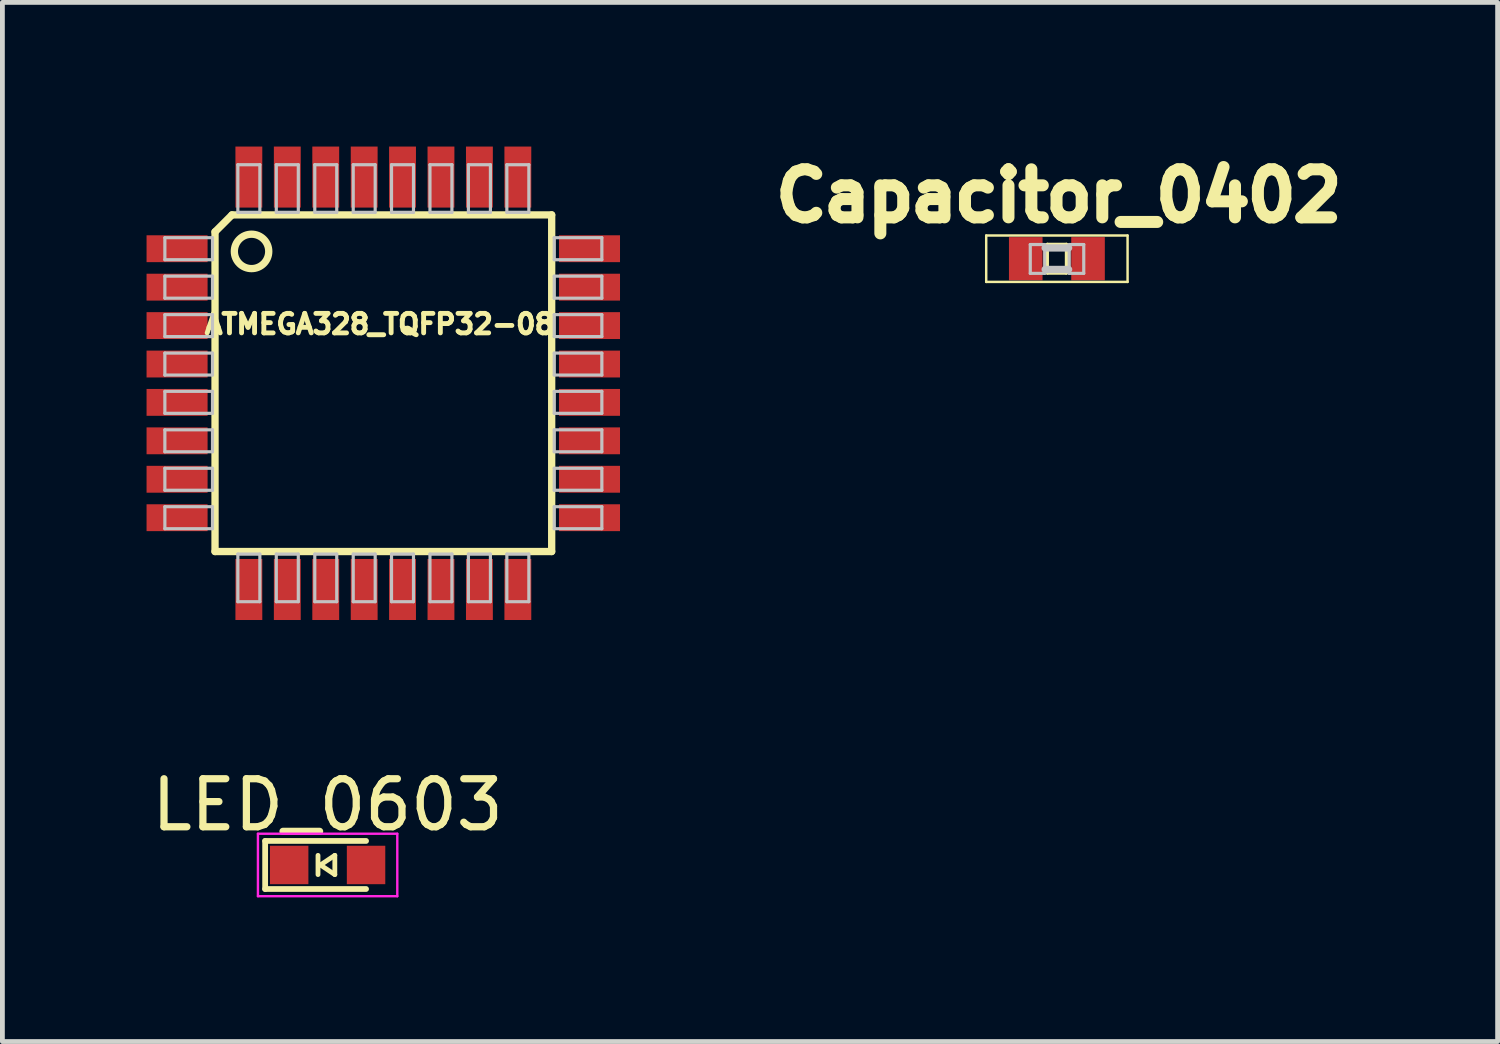
<source format=kicad_pcb>
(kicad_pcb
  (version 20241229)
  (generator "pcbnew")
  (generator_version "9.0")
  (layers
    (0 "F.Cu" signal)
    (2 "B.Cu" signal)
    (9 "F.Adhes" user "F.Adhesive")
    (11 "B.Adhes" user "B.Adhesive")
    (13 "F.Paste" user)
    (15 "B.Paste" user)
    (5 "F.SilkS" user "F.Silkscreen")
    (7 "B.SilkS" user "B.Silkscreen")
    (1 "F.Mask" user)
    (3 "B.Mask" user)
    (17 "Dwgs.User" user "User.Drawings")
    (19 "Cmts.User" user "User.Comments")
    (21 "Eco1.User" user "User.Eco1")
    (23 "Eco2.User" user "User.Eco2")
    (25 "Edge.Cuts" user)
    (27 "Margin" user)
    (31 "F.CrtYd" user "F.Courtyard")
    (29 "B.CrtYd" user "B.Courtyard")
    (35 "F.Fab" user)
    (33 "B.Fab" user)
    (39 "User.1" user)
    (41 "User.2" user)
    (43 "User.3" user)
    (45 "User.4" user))
  (footprint "ATMEGA328_TQFP32-08"
    (layer "F.Cu")
    (at 4.928 4.925)
    (property "Reference" "ATMEGA328_TQFP32-08" (at -0.08 -1.23 0) (layer "F.SilkS") (effects (font (size 0.406 0.406) (thickness 0.102))))
    (attr smd)
    (fp_line (start -3.503 3.503) (end -3.503 -3.15) (stroke (width 0.152) (type solid)) (layer "F.SilkS"))
    (fp_line (start -3.15 -3.503) (end -3.503 -3.15) (stroke (width 0.152) (type solid)) (layer "F.SilkS"))
    (fp_line (start -3.15 -3.503) (end 3.503 -3.503) (stroke (width 0.152) (type solid)) (layer "F.SilkS"))
    (fp_line (start 3.503 -3.503) (end 3.503 3.503) (stroke (width 0.152) (type solid)) (layer "F.SilkS"))
    (fp_line (start 3.503 3.503) (end -3.503 3.503) (stroke (width 0.152) (type solid)) (layer "F.SilkS"))
    (fp_circle (center -2.743 -2.743) (end -2.743 -3.101) (stroke (width 0.152) (type solid)) (fill no) (layer "F.SilkS"))
    (fp_line (start -4.547 -3.028) (end -3.556 -3.028) (stroke (width 0.066) (type solid)) (layer "Dwgs.User"))
    (fp_line (start -4.547 -2.57) (end -4.547 -3.028) (stroke (width 0.066) (type solid)) (layer "Dwgs.User"))
    (fp_line (start -4.547 -2.57) (end -3.556 -2.57) (stroke (width 0.066) (type solid)) (layer "Dwgs.User"))
    (fp_line (start -4.547 -2.228) (end -3.556 -2.228) (stroke (width 0.066) (type solid)) (layer "Dwgs.User"))
    (fp_line (start -4.547 -1.77) (end -4.547 -2.228) (stroke (width 0.066) (type solid)) (layer "Dwgs.User"))
    (fp_line (start -4.547 -1.77) (end -3.556 -1.77) (stroke (width 0.066) (type solid)) (layer "Dwgs.User"))
    (fp_line (start -4.547 -1.427) (end -3.556 -1.427) (stroke (width 0.066) (type solid)) (layer "Dwgs.User"))
    (fp_line (start -4.547 -0.97) (end -4.547 -1.427) (stroke (width 0.066) (type solid)) (layer "Dwgs.User"))
    (fp_line (start -4.547 -0.97) (end -3.556 -0.97) (stroke (width 0.066) (type solid)) (layer "Dwgs.User"))
    (fp_line (start -4.547 -0.627) (end -3.556 -0.627) (stroke (width 0.066) (type solid)) (layer "Dwgs.User"))
    (fp_line (start -4.547 -0.17) (end -4.547 -0.627) (stroke (width 0.066) (type solid)) (layer "Dwgs.User"))
    (fp_line (start -4.547 -0.17) (end -3.556 -0.17) (stroke (width 0.066) (type solid)) (layer "Dwgs.User"))
    (fp_line (start -4.547 0.17) (end -3.556 0.17) (stroke (width 0.066) (type solid)) (layer "Dwgs.User"))
    (fp_line (start -4.547 0.627) (end -4.547 0.17) (stroke (width 0.066) (type solid)) (layer "Dwgs.User"))
    (fp_line (start -4.547 0.627) (end -3.556 0.627) (stroke (width 0.066) (type solid)) (layer "Dwgs.User"))
    (fp_line (start -4.547 0.97) (end -3.556 0.97) (stroke (width 0.066) (type solid)) (layer "Dwgs.User"))
    (fp_line (start -4.547 1.427) (end -4.547 0.97) (stroke (width 0.066) (type solid)) (layer "Dwgs.User"))
    (fp_line (start -4.547 1.427) (end -3.556 1.427) (stroke (width 0.066) (type solid)) (layer "Dwgs.User"))
    (fp_line (start -4.547 1.77) (end -3.556 1.77) (stroke (width 0.066) (type solid)) (layer "Dwgs.User"))
    (fp_line (start -4.547 2.228) (end -4.547 1.77) (stroke (width 0.066) (type solid)) (layer "Dwgs.User"))
    (fp_line (start -4.547 2.228) (end -3.556 2.228) (stroke (width 0.066) (type solid)) (layer "Dwgs.User"))
    (fp_line (start -4.547 2.57) (end -3.556 2.57) (stroke (width 0.066) (type solid)) (layer "Dwgs.User"))
    (fp_line (start -4.547 3.028) (end -4.547 2.57) (stroke (width 0.066) (type solid)) (layer "Dwgs.User"))
    (fp_line (start -4.547 3.028) (end -3.556 3.028) (stroke (width 0.066) (type solid)) (layer "Dwgs.User"))
    (fp_line (start -3.556 -2.57) (end -3.556 -3.028) (stroke (width 0.066) (type solid)) (layer "Dwgs.User"))
    (fp_line (start -3.556 -1.77) (end -3.556 -2.228) (stroke (width 0.066) (type solid)) (layer "Dwgs.User"))
    (fp_line (start -3.556 -0.97) (end -3.556 -1.427) (stroke (width 0.066) (type solid)) (layer "Dwgs.User"))
    (fp_line (start -3.556 -0.17) (end -3.556 -0.627) (stroke (width 0.066) (type solid)) (layer "Dwgs.User"))
    (fp_line (start -3.556 0.627) (end -3.556 0.17) (stroke (width 0.066) (type solid)) (layer "Dwgs.User"))
    (fp_line (start -3.556 1.427) (end -3.556 0.97) (stroke (width 0.066) (type solid)) (layer "Dwgs.User"))
    (fp_line (start -3.556 2.228) (end -3.556 1.77) (stroke (width 0.066) (type solid)) (layer "Dwgs.User"))
    (fp_line (start -3.556 3.028) (end -3.556 2.57) (stroke (width 0.066) (type solid)) (layer "Dwgs.User"))
    (fp_line (start -3.028 -4.547) (end -2.57 -4.547) (stroke (width 0.066) (type solid)) (layer "Dwgs.User"))
    (fp_line (start -3.028 -3.556) (end -3.028 -4.547) (stroke (width 0.066) (type solid)) (layer "Dwgs.User"))
    (fp_line (start -3.028 -3.556) (end -2.57 -3.556) (stroke (width 0.066) (type solid)) (layer "Dwgs.User"))
    (fp_line (start -3.028 3.556) (end -2.57 3.556) (stroke (width 0.066) (type solid)) (layer "Dwgs.User"))
    (fp_line (start -3.028 4.547) (end -3.028 3.556) (stroke (width 0.066) (type solid)) (layer "Dwgs.User"))
    (fp_line (start -3.028 4.547) (end -2.57 4.547) (stroke (width 0.066) (type solid)) (layer "Dwgs.User"))
    (fp_line (start -2.57 -3.556) (end -2.57 -4.547) (stroke (width 0.066) (type solid)) (layer "Dwgs.User"))
    (fp_line (start -2.57 4.547) (end -2.57 3.556) (stroke (width 0.066) (type solid)) (layer "Dwgs.User"))
    (fp_line (start -2.228 -4.547) (end -1.77 -4.547) (stroke (width 0.066) (type solid)) (layer "Dwgs.User"))
    (fp_line (start -2.228 -3.556) (end -2.228 -4.547) (stroke (width 0.066) (type solid)) (layer "Dwgs.User"))
    (fp_line (start -2.228 -3.556) (end -1.77 -3.556) (stroke (width 0.066) (type solid)) (layer "Dwgs.User"))
    (fp_line (start -2.228 3.556) (end -1.77 3.556) (stroke (width 0.066) (type solid)) (layer "Dwgs.User"))
    (fp_line (start -2.228 4.547) (end -2.228 3.556) (stroke (width 0.066) (type solid)) (layer "Dwgs.User"))
    (fp_line (start -2.228 4.547) (end -1.77 4.547) (stroke (width 0.066) (type solid)) (layer "Dwgs.User"))
    (fp_line (start -1.77 -3.556) (end -1.77 -4.547) (stroke (width 0.066) (type solid)) (layer "Dwgs.User"))
    (fp_line (start -1.77 4.547) (end -1.77 3.556) (stroke (width 0.066) (type solid)) (layer "Dwgs.User"))
    (fp_line (start -1.427 -4.547) (end -0.97 -4.547) (stroke (width 0.066) (type solid)) (layer "Dwgs.User"))
    (fp_line (start -1.427 -3.556) (end -1.427 -4.547) (stroke (width 0.066) (type solid)) (layer "Dwgs.User"))
    (fp_line (start -1.427 -3.556) (end -0.97 -3.556) (stroke (width 0.066) (type solid)) (layer "Dwgs.User"))
    (fp_line (start -1.427 3.556) (end -0.97 3.556) (stroke (width 0.066) (type solid)) (layer "Dwgs.User"))
    (fp_line (start -1.427 4.547) (end -1.427 3.556) (stroke (width 0.066) (type solid)) (layer "Dwgs.User"))
    (fp_line (start -1.427 4.547) (end -0.97 4.547) (stroke (width 0.066) (type solid)) (layer "Dwgs.User"))
    (fp_line (start -0.97 -3.556) (end -0.97 -4.547) (stroke (width 0.066) (type solid)) (layer "Dwgs.User"))
    (fp_line (start -0.97 4.547) (end -0.97 3.556) (stroke (width 0.066) (type solid)) (layer "Dwgs.User"))
    (fp_line (start -0.627 -4.547) (end -0.17 -4.547) (stroke (width 0.066) (type solid)) (layer "Dwgs.User"))
    (fp_line (start -0.627 -3.556) (end -0.627 -4.547) (stroke (width 0.066) (type solid)) (layer "Dwgs.User"))
    (fp_line (start -0.627 -3.556) (end -0.17 -3.556) (stroke (width 0.066) (type solid)) (layer "Dwgs.User"))
    (fp_line (start -0.627 3.556) (end -0.17 3.556) (stroke (width 0.066) (type solid)) (layer "Dwgs.User"))
    (fp_line (start -0.627 4.547) (end -0.627 3.556) (stroke (width 0.066) (type solid)) (layer "Dwgs.User"))
    (fp_line (start -0.627 4.547) (end -0.17 4.547) (stroke (width 0.066) (type solid)) (layer "Dwgs.User"))
    (fp_line (start -0.17 -3.556) (end -0.17 -4.547) (stroke (width 0.066) (type solid)) (layer "Dwgs.User"))
    (fp_line (start -0.17 4.547) (end -0.17 3.556) (stroke (width 0.066) (type solid)) (layer "Dwgs.User"))
    (fp_line (start 0.17 -4.547) (end 0.627 -4.547) (stroke (width 0.066) (type solid)) (layer "Dwgs.User"))
    (fp_line (start 0.17 -3.556) (end 0.17 -4.547) (stroke (width 0.066) (type solid)) (layer "Dwgs.User"))
    (fp_line (start 0.17 -3.556) (end 0.627 -3.556) (stroke (width 0.066) (type solid)) (layer "Dwgs.User"))
    (fp_line (start 0.17 3.556) (end 0.627 3.556) (stroke (width 0.066) (type solid)) (layer "Dwgs.User"))
    (fp_line (start 0.17 4.547) (end 0.17 3.556) (stroke (width 0.066) (type solid)) (layer "Dwgs.User"))
    (fp_line (start 0.17 4.547) (end 0.627 4.547) (stroke (width 0.066) (type solid)) (layer "Dwgs.User"))
    (fp_line (start 0.627 -3.556) (end 0.627 -4.547) (stroke (width 0.066) (type solid)) (layer "Dwgs.User"))
    (fp_line (start 0.627 4.547) (end 0.627 3.556) (stroke (width 0.066) (type solid)) (layer "Dwgs.User"))
    (fp_line (start 0.97 -4.547) (end 1.427 -4.547) (stroke (width 0.066) (type solid)) (layer "Dwgs.User"))
    (fp_line (start 0.97 -3.556) (end 0.97 -4.547) (stroke (width 0.066) (type solid)) (layer "Dwgs.User"))
    (fp_line (start 0.97 -3.556) (end 1.427 -3.556) (stroke (width 0.066) (type solid)) (layer "Dwgs.User"))
    (fp_line (start 0.97 3.556) (end 1.427 3.556) (stroke (width 0.066) (type solid)) (layer "Dwgs.User"))
    (fp_line (start 0.97 4.547) (end 0.97 3.556) (stroke (width 0.066) (type solid)) (layer "Dwgs.User"))
    (fp_line (start 0.97 4.547) (end 1.427 4.547) (stroke (width 0.066) (type solid)) (layer "Dwgs.User"))
    (fp_line (start 1.427 -3.556) (end 1.427 -4.547) (stroke (width 0.066) (type solid)) (layer "Dwgs.User"))
    (fp_line (start 1.427 4.547) (end 1.427 3.556) (stroke (width 0.066) (type solid)) (layer "Dwgs.User"))
    (fp_line (start 1.77 -4.547) (end 2.228 -4.547) (stroke (width 0.066) (type solid)) (layer "Dwgs.User"))
    (fp_line (start 1.77 -3.556) (end 1.77 -4.547) (stroke (width 0.066) (type solid)) (layer "Dwgs.User"))
    (fp_line (start 1.77 -3.556) (end 2.228 -3.556) (stroke (width 0.066) (type solid)) (layer "Dwgs.User"))
    (fp_line (start 1.77 3.556) (end 2.228 3.556) (stroke (width 0.066) (type solid)) (layer "Dwgs.User"))
    (fp_line (start 1.77 4.547) (end 1.77 3.556) (stroke (width 0.066) (type solid)) (layer "Dwgs.User"))
    (fp_line (start 1.77 4.547) (end 2.228 4.547) (stroke (width 0.066) (type solid)) (layer "Dwgs.User"))
    (fp_line (start 2.228 -3.556) (end 2.228 -4.547) (stroke (width 0.066) (type solid)) (layer "Dwgs.User"))
    (fp_line (start 2.228 4.547) (end 2.228 3.556) (stroke (width 0.066) (type solid)) (layer "Dwgs.User"))
    (fp_line (start 2.57 -4.547) (end 3.028 -4.547) (stroke (width 0.066) (type solid)) (layer "Dwgs.User"))
    (fp_line (start 2.57 -3.556) (end 2.57 -4.547) (stroke (width 0.066) (type solid)) (layer "Dwgs.User"))
    (fp_line (start 2.57 -3.556) (end 3.028 -3.556) (stroke (width 0.066) (type solid)) (layer "Dwgs.User"))
    (fp_line (start 2.57 3.556) (end 3.028 3.556) (stroke (width 0.066) (type solid)) (layer "Dwgs.User"))
    (fp_line (start 2.57 4.547) (end 2.57 3.556) (stroke (width 0.066) (type solid)) (layer "Dwgs.User"))
    (fp_line (start 2.57 4.547) (end 3.028 4.547) (stroke (width 0.066) (type solid)) (layer "Dwgs.User"))
    (fp_line (start 3.028 -3.556) (end 3.028 -4.547) (stroke (width 0.066) (type solid)) (layer "Dwgs.User"))
    (fp_line (start 3.028 4.547) (end 3.028 3.556) (stroke (width 0.066) (type solid)) (layer "Dwgs.User"))
    (fp_line (start 3.556 -3.028) (end 4.547 -3.028) (stroke (width 0.066) (type solid)) (layer "Dwgs.User"))
    (fp_line (start 3.556 -2.57) (end 3.556 -3.028) (stroke (width 0.066) (type solid)) (layer "Dwgs.User"))
    (fp_line (start 3.556 -2.57) (end 4.547 -2.57) (stroke (width 0.066) (type solid)) (layer "Dwgs.User"))
    (fp_line (start 3.556 -2.228) (end 4.547 -2.228) (stroke (width 0.066) (type solid)) (layer "Dwgs.User"))
    (fp_line (start 3.556 -1.77) (end 3.556 -2.228) (stroke (width 0.066) (type solid)) (layer "Dwgs.User"))
    (fp_line (start 3.556 -1.77) (end 4.547 -1.77) (stroke (width 0.066) (type solid)) (layer "Dwgs.User"))
    (fp_line (start 3.556 -1.427) (end 4.547 -1.427) (stroke (width 0.066) (type solid)) (layer "Dwgs.User"))
    (fp_line (start 3.556 -0.97) (end 3.556 -1.427) (stroke (width 0.066) (type solid)) (layer "Dwgs.User"))
    (fp_line (start 3.556 -0.97) (end 4.547 -0.97) (stroke (width 0.066) (type solid)) (layer "Dwgs.User"))
    (fp_line (start 3.556 -0.627) (end 4.547 -0.627) (stroke (width 0.066) (type solid)) (layer "Dwgs.User"))
    (fp_line (start 3.556 -0.17) (end 3.556 -0.627) (stroke (width 0.066) (type solid)) (layer "Dwgs.User"))
    (fp_line (start 3.556 -0.17) (end 4.547 -0.17) (stroke (width 0.066) (type solid)) (layer "Dwgs.User"))
    (fp_line (start 3.556 0.17) (end 4.547 0.17) (stroke (width 0.066) (type solid)) (layer "Dwgs.User"))
    (fp_line (start 3.556 0.627) (end 3.556 0.17) (stroke (width 0.066) (type solid)) (layer "Dwgs.User"))
    (fp_line (start 3.556 0.627) (end 4.547 0.627) (stroke (width 0.066) (type solid)) (layer "Dwgs.User"))
    (fp_line (start 3.556 0.97) (end 4.547 0.97) (stroke (width 0.066) (type solid)) (layer "Dwgs.User"))
    (fp_line (start 3.556 1.427) (end 3.556 0.97) (stroke (width 0.066) (type solid)) (layer "Dwgs.User"))
    (fp_line (start 3.556 1.427) (end 4.547 1.427) (stroke (width 0.066) (type solid)) (layer "Dwgs.User"))
    (fp_line (start 3.556 1.77) (end 4.547 1.77) (stroke (width 0.066) (type solid)) (layer "Dwgs.User"))
    (fp_line (start 3.556 2.228) (end 3.556 1.77) (stroke (width 0.066) (type solid)) (layer "Dwgs.User"))
    (fp_line (start 3.556 2.228) (end 4.547 2.228) (stroke (width 0.066) (type solid)) (layer "Dwgs.User"))
    (fp_line (start 3.556 2.57) (end 4.547 2.57) (stroke (width 0.066) (type solid)) (layer "Dwgs.User"))
    (fp_line (start 3.556 3.028) (end 3.556 2.57) (stroke (width 0.066) (type solid)) (layer "Dwgs.User"))
    (fp_line (start 3.556 3.028) (end 4.547 3.028) (stroke (width 0.066) (type solid)) (layer "Dwgs.User"))
    (fp_line (start 4.547 -2.57) (end 4.547 -3.028) (stroke (width 0.066) (type solid)) (layer "Dwgs.User"))
    (fp_line (start 4.547 -1.77) (end 4.547 -2.228) (stroke (width 0.066) (type solid)) (layer "Dwgs.User"))
    (fp_line (start 4.547 -0.97) (end 4.547 -1.427) (stroke (width 0.066) (type solid)) (layer "Dwgs.User"))
    (fp_line (start 4.547 -0.17) (end 4.547 -0.627) (stroke (width 0.066) (type solid)) (layer "Dwgs.User"))
    (fp_line (start 4.547 0.627) (end 4.547 0.17) (stroke (width 0.066) (type solid)) (layer "Dwgs.User"))
    (fp_line (start 4.547 1.427) (end 4.547 0.97) (stroke (width 0.066) (type solid)) (layer "Dwgs.User"))
    (fp_line (start 4.547 2.228) (end 4.547 1.77) (stroke (width 0.066) (type solid)) (layer "Dwgs.User"))
    (fp_line (start 4.547 3.028) (end 4.547 2.57) (stroke (width 0.066) (type solid)) (layer "Dwgs.User"))
    (pad "1" smd rect (at -4.293 -2.799) (size 1.27 0.559) (layers "F.Cu" "F.Mask" "F.Paste"))
    (pad "2" smd rect (at -4.293 -1.999) (size 1.27 0.559) (layers "F.Cu" "F.Mask" "F.Paste"))
    (pad "3" smd rect (at -4.293 -1.199) (size 1.27 0.559) (layers "F.Cu" "F.Mask" "F.Paste"))
    (pad "4" smd rect (at -4.293 -0.399) (size 1.27 0.559) (layers "F.Cu" "F.Mask" "F.Paste"))
    (pad "5" smd rect (at -4.293 0.399) (size 1.27 0.559) (layers "F.Cu" "F.Mask" "F.Paste"))
    (pad "6" smd rect (at -4.293 1.199) (size 1.27 0.559) (layers "F.Cu" "F.Mask" "F.Paste"))
    (pad "7" smd rect (at -4.293 1.999) (size 1.27 0.559) (layers "F.Cu" "F.Mask" "F.Paste"))
    (pad "8" smd rect (at -4.293 2.799) (size 1.27 0.559) (layers "F.Cu" "F.Mask" "F.Paste"))
    (pad "9" smd rect (at -2.799 4.293) (size 0.559 1.27) (layers "F.Cu" "F.Mask" "F.Paste"))
    (pad "10" smd rect (at -1.999 4.293) (size 0.559 1.27) (layers "F.Cu" "F.Mask" "F.Paste"))
    (pad "11" smd rect (at -1.199 4.293) (size 0.559 1.27) (layers "F.Cu" "F.Mask" "F.Paste"))
    (pad "12" smd rect (at -0.399 4.293) (size 0.559 1.27) (layers "F.Cu" "F.Mask" "F.Paste"))
    (pad "13" smd rect (at 0.399 4.293) (size 0.559 1.27) (layers "F.Cu" "F.Mask" "F.Paste"))
    (pad "14" smd rect (at 1.199 4.293) (size 0.559 1.27) (layers "F.Cu" "F.Mask" "F.Paste"))
    (pad "15" smd rect (at 1.999 4.293) (size 0.559 1.27) (layers "F.Cu" "F.Mask" "F.Paste"))
    (pad "16" smd rect (at 2.799 4.293) (size 0.559 1.27) (layers "F.Cu" "F.Mask" "F.Paste"))
    (pad "17" smd rect (at 4.29 2.799) (size 1.27 0.559) (layers "F.Cu" "F.Mask" "F.Paste"))
    (pad "18" smd rect (at 4.29 1.999) (size 1.27 0.559) (layers "F.Cu" "F.Mask" "F.Paste"))
    (pad "19" smd rect (at 4.29 1.199) (size 1.27 0.559) (layers "F.Cu" "F.Mask" "F.Paste"))
    (pad "20" smd rect (at 4.29 0.399) (size 1.27 0.559) (layers "F.Cu" "F.Mask" "F.Paste"))
    (pad "21" smd rect (at 4.29 -0.399) (size 1.27 0.559) (layers "F.Cu" "F.Mask" "F.Paste"))
    (pad "22" smd rect (at 4.29 -1.199) (size 1.27 0.559) (layers "F.Cu" "F.Mask" "F.Paste"))
    (pad "23" smd rect (at 4.29 -1.999) (size 1.27 0.559) (layers "F.Cu" "F.Mask" "F.Paste"))
    (pad "24" smd rect (at 4.29 -2.799) (size 1.27 0.559) (layers "F.Cu" "F.Mask" "F.Paste"))
    (pad "25" smd rect (at 2.799 -4.29) (size 0.559 1.27) (layers "F.Cu" "F.Mask" "F.Paste"))
    (pad "26" smd rect (at 1.999 -4.29) (size 0.559 1.27) (layers "F.Cu" "F.Mask" "F.Paste"))
    (pad "27" smd rect (at 1.199 -4.29) (size 0.559 1.27) (layers "F.Cu" "F.Mask" "F.Paste"))
    (pad "28" smd rect (at 0.399 -4.29) (size 0.559 1.27) (layers "F.Cu" "F.Mask" "F.Paste"))
    (pad "29" smd rect (at -0.399 -4.29) (size 0.559 1.27) (layers "F.Cu" "F.Mask" "F.Paste"))
    (pad "30" smd rect (at -1.199 -4.29) (size 0.559 1.27) (layers "F.Cu" "F.Mask" "F.Paste"))
    (pad "31" smd rect (at -1.999 -4.29) (size 0.559 1.27) (layers "F.Cu" "F.Mask" "F.Paste"))
    (pad "32" smd rect (at -2.799 -4.29) (size 0.559 1.27) (layers "F.Cu" "F.Mask" "F.Paste")))
  (footprint "LED_0603"
    (layer "F.Cu")
    (at 3.768 14.951)
    (property "Reference" "LED_0603" (at 0 -1.25 0) (layer "F.SilkS") (effects (font (size 1 1) (thickness 0.15))))
    (attr smd)
    (fp_line (start -1.3 -0.5) (end -1.3 0.5) (stroke (width 0.12) (type solid)) (layer "F.SilkS"))
    (fp_line (start -1.3 -0.5) (end 0.8 -0.5) (stroke (width 0.12) (type solid)) (layer "F.SilkS"))
    (fp_line (start -1.3 0.5) (end 0.8 0.5) (stroke (width 0.12) (type solid)) (layer "F.SilkS"))
    (fp_line (start -0.2 -0.2) (end -0.2 0.2) (stroke (width 0.1) (type solid)) (layer "F.SilkS"))
    (fp_line (start -0.15 0) (end 0.15 -0.2) (stroke (width 0.1) (type solid)) (layer "F.SilkS"))
    (fp_line (start 0.15 -0.2) (end 0.15 0.2) (stroke (width 0.1) (type solid)) (layer "F.SilkS"))
    (fp_line (start 0.15 0.2) (end -0.15 0) (stroke (width 0.1) (type solid)) (layer "F.SilkS"))
    (fp_line (start -1.45 -0.65) (end 1.45 -0.65) (stroke (width 0.05) (type solid)) (layer "F.CrtYd"))
    (fp_line (start -1.45 0.65) (end -1.45 -0.65) (stroke (width 0.05) (type solid)) (layer "F.CrtYd"))
    (fp_line (start 1.45 -0.65) (end 1.45 0.65) (stroke (width 0.05) (type solid)) (layer "F.CrtYd"))
    (fp_line (start 1.45 0.65) (end -1.45 0.65) (stroke (width 0.05) (type solid)) (layer "F.CrtYd"))
    (pad "1" smd rect (at -0.8 0 180) (size 0.8 0.8) (layers "F.Cu" "F.Mask" "F.Paste"))
    (pad "2" smd rect (at 0.8 0 180) (size 0.8 0.8) (layers "F.Cu" "F.Mask" "F.Paste")))
  (footprint "Capacitor_0402"
    (layer "F.Cu")
    (at 18.945 2.334)
    (property "Reference" "Capacitor_0402" (at 0.04 -1.31 0) (layer "F.SilkS") (effects (font (size 1 1) (thickness 0.25))))
    (attr smd)
    (fp_line (start -1.471 -0.483) (end 1.471 -0.483) (stroke (width 0.051) (type solid)) (layer "F.SilkS"))
    (fp_line (start -1.471 0.483) (end -1.471 -0.483) (stroke (width 0.051) (type solid)) (layer "F.SilkS"))
    (fp_line (start -0.198 -0.3) (end 0.198 -0.3) (stroke (width 0.066) (type solid)) (layer "F.SilkS"))
    (fp_line (start -0.198 0.3) (end -0.198 -0.3) (stroke (width 0.066) (type solid)) (layer "F.SilkS"))
    (fp_line (start -0.198 0.3) (end 0.198 0.3) (stroke (width 0.066) (type solid)) (layer "F.SilkS"))
    (fp_line (start 0.198 0.3) (end 0.198 -0.3) (stroke (width 0.066) (type solid)) (layer "F.SilkS"))
    (fp_line (start 1.471 -0.483) (end 1.471 0.483) (stroke (width 0.051) (type solid)) (layer "F.SilkS"))
    (fp_line (start 1.471 0.483) (end -1.471 0.483) (stroke (width 0.051) (type solid)) (layer "F.SilkS"))
    (fp_line (start -0.554 -0.295) (end -0.254 -0.295) (stroke (width 0.066) (type solid)) (layer "Dwgs.User"))
    (fp_line (start -0.554 0.305) (end -0.554 -0.295) (stroke (width 0.066) (type solid)) (layer "Dwgs.User"))
    (fp_line (start -0.554 0.305) (end -0.254 0.305) (stroke (width 0.066) (type solid)) (layer "Dwgs.User"))
    (fp_line (start -0.254 0.305) (end -0.254 -0.295) (stroke (width 0.066) (type solid)) (layer "Dwgs.User"))
    (fp_line (start -0.244 -0.224) (end 0.244 -0.224) (stroke (width 0.152) (type solid)) (layer "Dwgs.User"))
    (fp_line (start 0.244 0.224) (end -0.244 0.224) (stroke (width 0.152) (type solid)) (layer "Dwgs.User"))
    (fp_line (start 0.257 -0.295) (end 0.559 -0.295) (stroke (width 0.066) (type solid)) (layer "Dwgs.User"))
    (fp_line (start 0.257 0.305) (end 0.257 -0.295) (stroke (width 0.066) (type solid)) (layer "Dwgs.User"))
    (fp_line (start 0.257 0.305) (end 0.559 0.305) (stroke (width 0.066) (type solid)) (layer "Dwgs.User"))
    (fp_line (start 0.559 0.305) (end 0.559 -0.295) (stroke (width 0.066) (type solid)) (layer "Dwgs.User"))
    (pad "1" smd rect (at -0.648 0) (size 0.699 0.899) (layers "F.Cu" "F.Mask" "F.Paste"))
    (pad "2" smd rect (at 0.648 0) (size 0.699 0.899) (layers "F.Cu" "F.Mask" "F.Paste")))
  (gr_rect
    (start -3 -3)
    (end 28.117 18.626)
    (stroke (width 0.1) (type default))
    (fill no)
    (layer "Edge.Cuts")))
</source>
